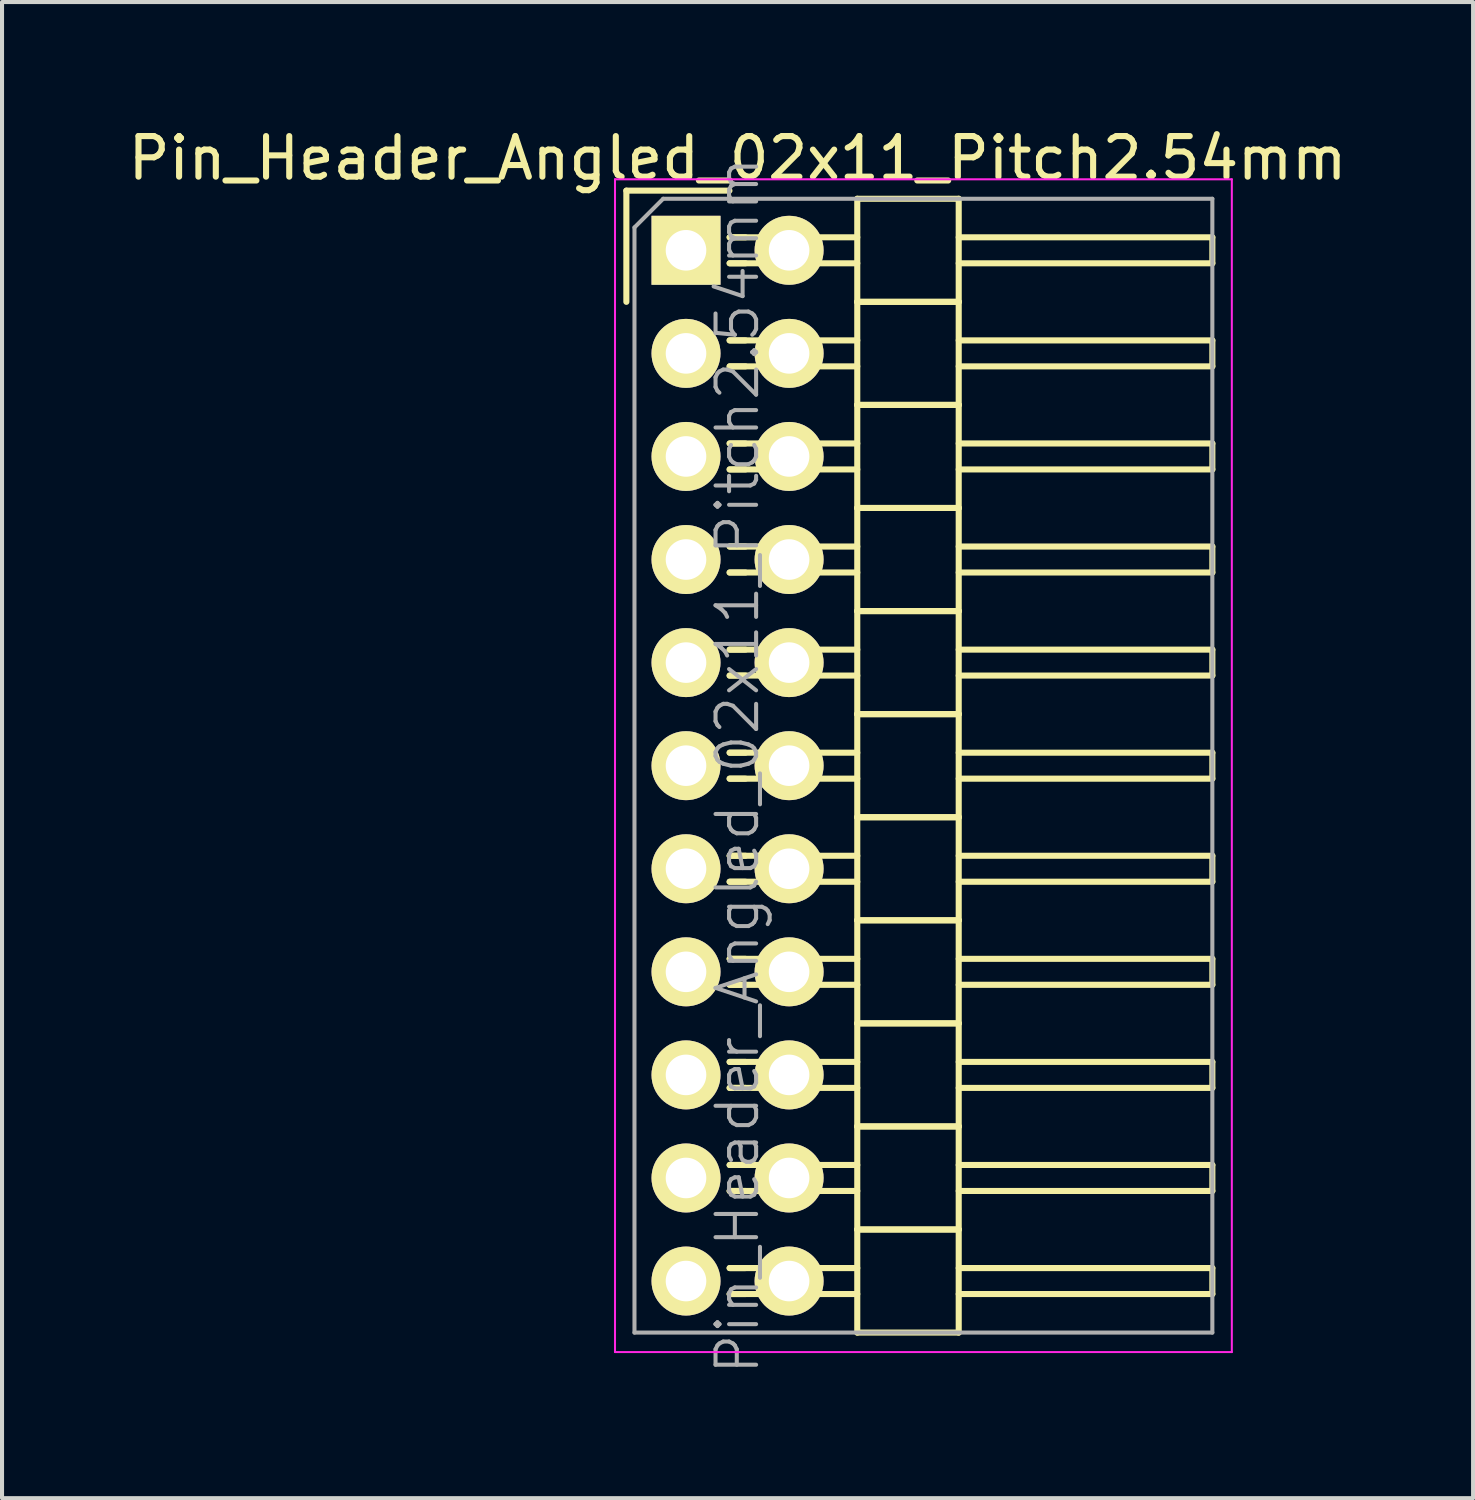
<source format=kicad_pcb>
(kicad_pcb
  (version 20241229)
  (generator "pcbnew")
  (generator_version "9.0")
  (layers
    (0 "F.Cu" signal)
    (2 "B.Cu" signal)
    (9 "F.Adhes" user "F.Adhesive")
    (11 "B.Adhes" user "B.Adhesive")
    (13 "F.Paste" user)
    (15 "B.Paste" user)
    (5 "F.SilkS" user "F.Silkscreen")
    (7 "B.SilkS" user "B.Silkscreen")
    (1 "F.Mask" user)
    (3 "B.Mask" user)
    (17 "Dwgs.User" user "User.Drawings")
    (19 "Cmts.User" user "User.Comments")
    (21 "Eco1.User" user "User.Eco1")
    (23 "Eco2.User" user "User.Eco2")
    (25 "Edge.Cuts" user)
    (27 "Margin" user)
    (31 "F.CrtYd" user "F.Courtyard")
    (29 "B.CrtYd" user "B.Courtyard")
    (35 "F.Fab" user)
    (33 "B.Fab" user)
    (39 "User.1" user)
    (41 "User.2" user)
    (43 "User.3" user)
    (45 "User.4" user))
  (footprint "Pin_Header_Angled_02x11_Pitch2.54mm"
    (layer "F.Cu")
    (at 13.855 3.118)
    (property "Reference" "Pin_Header_Angled_02x11_Pitch2.54mm" (at 1.27 -2.27 0) (layer "F.SilkS") (effects (font (size 1 1) (thickness 0.15))))
    (attr smd)
    (fp_line (start -1.47 -1.47) (end -1.47 1.27) (stroke (width 0.15) (type solid)) (layer "F.SilkS"))
    (fp_line (start -1.47 -1.47) (end 1.07 -1.47) (stroke (width 0.15) (type solid)) (layer "F.SilkS"))
    (fp_line (start 1.465 -0.32) (end 1.075 -0.32) (stroke (width 0.15) (type solid)) (layer "F.SilkS"))
    (fp_line (start 1.465 0.32) (end 1.075 0.32) (stroke (width 0.15) (type solid)) (layer "F.SilkS"))
    (fp_line (start 1.465 2.22) (end 1.075 2.22) (stroke (width 0.15) (type solid)) (layer "F.SilkS"))
    (fp_line (start 1.465 2.86) (end 1.075 2.86) (stroke (width 0.15) (type solid)) (layer "F.SilkS"))
    (fp_line (start 1.465 4.76) (end 1.075 4.76) (stroke (width 0.15) (type solid)) (layer "F.SilkS"))
    (fp_line (start 1.465 5.4) (end 1.075 5.4) (stroke (width 0.15) (type solid)) (layer "F.SilkS"))
    (fp_line (start 1.465 7.3) (end 1.075 7.3) (stroke (width 0.15) (type solid)) (layer "F.SilkS"))
    (fp_line (start 1.465 7.94) (end 1.075 7.94) (stroke (width 0.15) (type solid)) (layer "F.SilkS"))
    (fp_line (start 1.465 9.84) (end 1.075 9.84) (stroke (width 0.15) (type solid)) (layer "F.SilkS"))
    (fp_line (start 1.465 10.48) (end 1.075 10.48) (stroke (width 0.15) (type solid)) (layer "F.SilkS"))
    (fp_line (start 1.465 12.38) (end 1.075 12.38) (stroke (width 0.15) (type solid)) (layer "F.SilkS"))
    (fp_line (start 1.465 13.02) (end 1.075 13.02) (stroke (width 0.15) (type solid)) (layer "F.SilkS"))
    (fp_line (start 1.465 14.92) (end 1.075 14.92) (stroke (width 0.15) (type solid)) (layer "F.SilkS"))
    (fp_line (start 1.465 15.56) (end 1.075 15.56) (stroke (width 0.15) (type solid)) (layer "F.SilkS"))
    (fp_line (start 1.465 17.46) (end 1.075 17.46) (stroke (width 0.15) (type solid)) (layer "F.SilkS"))
    (fp_line (start 1.465 18.1) (end 1.075 18.1) (stroke (width 0.15) (type solid)) (layer "F.SilkS"))
    (fp_line (start 1.465 20) (end 1.075 20) (stroke (width 0.15) (type solid)) (layer "F.SilkS"))
    (fp_line (start 1.465 20.64) (end 1.075 20.64) (stroke (width 0.15) (type solid)) (layer "F.SilkS"))
    (fp_line (start 1.465 22.54) (end 1.075 22.54) (stroke (width 0.15) (type solid)) (layer "F.SilkS"))
    (fp_line (start 1.465 23.18) (end 1.075 23.18) (stroke (width 0.15) (type solid)) (layer "F.SilkS"))
    (fp_line (start 1.465 25.08) (end 1.075 25.08) (stroke (width 0.15) (type solid)) (layer "F.SilkS"))
    (fp_line (start 1.465 25.72) (end 1.075 25.72) (stroke (width 0.15) (type solid)) (layer "F.SilkS"))
    (fp_line (start 4.22 -0.32) (end 1.075 -0.32) (stroke (width 0.15) (type solid)) (layer "F.SilkS"))
    (fp_line (start 4.22 0.32) (end 1.075 0.32) (stroke (width 0.15) (type solid)) (layer "F.SilkS"))
    (fp_line (start 4.22 1.27) (end 4.22 -1.27) (stroke (width 0.15) (type solid)) (layer "F.SilkS"))
    (fp_line (start 4.22 2.22) (end 1.075 2.22) (stroke (width 0.15) (type solid)) (layer "F.SilkS"))
    (fp_line (start 4.22 2.86) (end 1.075 2.86) (stroke (width 0.15) (type solid)) (layer "F.SilkS"))
    (fp_line (start 4.22 3.81) (end 4.22 1.27) (stroke (width 0.15) (type solid)) (layer "F.SilkS"))
    (fp_line (start 4.22 4.76) (end 1.075 4.76) (stroke (width 0.15) (type solid)) (layer "F.SilkS"))
    (fp_line (start 4.22 5.4) (end 1.075 5.4) (stroke (width 0.15) (type solid)) (layer "F.SilkS"))
    (fp_line (start 4.22 6.35) (end 4.22 3.81) (stroke (width 0.15) (type solid)) (layer "F.SilkS"))
    (fp_line (start 4.22 7.3) (end 1.075 7.3) (stroke (width 0.15) (type solid)) (layer "F.SilkS"))
    (fp_line (start 4.22 7.94) (end 1.075 7.94) (stroke (width 0.15) (type solid)) (layer "F.SilkS"))
    (fp_line (start 4.22 8.89) (end 4.22 6.35) (stroke (width 0.15) (type solid)) (layer "F.SilkS"))
    (fp_line (start 4.22 9.84) (end 1.075 9.84) (stroke (width 0.15) (type solid)) (layer "F.SilkS"))
    (fp_line (start 4.22 10.48) (end 1.075 10.48) (stroke (width 0.15) (type solid)) (layer "F.SilkS"))
    (fp_line (start 4.22 11.43) (end 4.22 8.89) (stroke (width 0.15) (type solid)) (layer "F.SilkS"))
    (fp_line (start 4.22 12.38) (end 1.075 12.38) (stroke (width 0.15) (type solid)) (layer "F.SilkS"))
    (fp_line (start 4.22 13.02) (end 1.075 13.02) (stroke (width 0.15) (type solid)) (layer "F.SilkS"))
    (fp_line (start 4.22 13.97) (end 4.22 11.43) (stroke (width 0.15) (type solid)) (layer "F.SilkS"))
    (fp_line (start 4.22 14.92) (end 1.075 14.92) (stroke (width 0.15) (type solid)) (layer "F.SilkS"))
    (fp_line (start 4.22 15.56) (end 1.075 15.56) (stroke (width 0.15) (type solid)) (layer "F.SilkS"))
    (fp_line (start 4.22 16.51) (end 4.22 13.97) (stroke (width 0.15) (type solid)) (layer "F.SilkS"))
    (fp_line (start 4.22 17.46) (end 1.075 17.46) (stroke (width 0.15) (type solid)) (layer "F.SilkS"))
    (fp_line (start 4.22 18.1) (end 1.075 18.1) (stroke (width 0.15) (type solid)) (layer "F.SilkS"))
    (fp_line (start 4.22 19.05) (end 4.22 16.51) (stroke (width 0.15) (type solid)) (layer "F.SilkS"))
    (fp_line (start 4.22 20) (end 1.075 20) (stroke (width 0.15) (type solid)) (layer "F.SilkS"))
    (fp_line (start 4.22 20.64) (end 1.075 20.64) (stroke (width 0.15) (type solid)) (layer "F.SilkS"))
    (fp_line (start 4.22 21.59) (end 4.22 19.05) (stroke (width 0.15) (type solid)) (layer "F.SilkS"))
    (fp_line (start 4.22 22.54) (end 1.075 22.54) (stroke (width 0.15) (type solid)) (layer "F.SilkS"))
    (fp_line (start 4.22 23.18) (end 1.075 23.18) (stroke (width 0.15) (type solid)) (layer "F.SilkS"))
    (fp_line (start 4.22 24.13) (end 4.22 21.59) (stroke (width 0.15) (type solid)) (layer "F.SilkS"))
    (fp_line (start 4.22 25.08) (end 1.075 25.08) (stroke (width 0.15) (type solid)) (layer "F.SilkS"))
    (fp_line (start 4.22 25.72) (end 1.075 25.72) (stroke (width 0.15) (type solid)) (layer "F.SilkS"))
    (fp_line (start 4.22 26.67) (end 4.22 24.13) (stroke (width 0.15) (type solid)) (layer "F.SilkS"))
    (fp_line (start 6.72 -1.27) (end 4.22 -1.27) (stroke (width 0.15) (type solid)) (layer "F.SilkS"))
    (fp_line (start 6.72 -0.32) (end 12.97 -0.32) (stroke (width 0.15) (type solid)) (layer "F.SilkS"))
    (fp_line (start 6.72 0.32) (end 12.97 0.32) (stroke (width 0.15) (type solid)) (layer "F.SilkS"))
    (fp_line (start 6.72 1.27) (end 4.22 1.27) (stroke (width 0.15) (type solid)) (layer "F.SilkS"))
    (fp_line (start 6.72 1.27) (end 4.22 1.27) (stroke (width 0.15) (type solid)) (layer "F.SilkS"))
    (fp_line (start 6.72 1.27) (end 6.72 -1.27) (stroke (width 0.15) (type solid)) (layer "F.SilkS"))
    (fp_line (start 6.72 2.22) (end 12.97 2.22) (stroke (width 0.15) (type solid)) (layer "F.SilkS"))
    (fp_line (start 6.72 2.86) (end 12.97 2.86) (stroke (width 0.15) (type solid)) (layer "F.SilkS"))
    (fp_line (start 6.72 3.81) (end 4.22 3.81) (stroke (width 0.15) (type solid)) (layer "F.SilkS"))
    (fp_line (start 6.72 3.81) (end 4.22 3.81) (stroke (width 0.15) (type solid)) (layer "F.SilkS"))
    (fp_line (start 6.72 3.81) (end 6.72 1.27) (stroke (width 0.15) (type solid)) (layer "F.SilkS"))
    (fp_line (start 6.72 4.76) (end 12.97 4.76) (stroke (width 0.15) (type solid)) (layer "F.SilkS"))
    (fp_line (start 6.72 5.4) (end 12.97 5.4) (stroke (width 0.15) (type solid)) (layer "F.SilkS"))
    (fp_line (start 6.72 6.35) (end 4.22 6.35) (stroke (width 0.15) (type solid)) (layer "F.SilkS"))
    (fp_line (start 6.72 6.35) (end 4.22 6.35) (stroke (width 0.15) (type solid)) (layer "F.SilkS"))
    (fp_line (start 6.72 6.35) (end 6.72 3.81) (stroke (width 0.15) (type solid)) (layer "F.SilkS"))
    (fp_line (start 6.72 7.3) (end 12.97 7.3) (stroke (width 0.15) (type solid)) (layer "F.SilkS"))
    (fp_line (start 6.72 7.94) (end 12.97 7.94) (stroke (width 0.15) (type solid)) (layer "F.SilkS"))
    (fp_line (start 6.72 8.89) (end 4.22 8.89) (stroke (width 0.15) (type solid)) (layer "F.SilkS"))
    (fp_line (start 6.72 8.89) (end 4.22 8.89) (stroke (width 0.15) (type solid)) (layer "F.SilkS"))
    (fp_line (start 6.72 8.89) (end 6.72 6.35) (stroke (width 0.15) (type solid)) (layer "F.SilkS"))
    (fp_line (start 6.72 9.84) (end 12.97 9.84) (stroke (width 0.15) (type solid)) (layer "F.SilkS"))
    (fp_line (start 6.72 10.48) (end 12.97 10.48) (stroke (width 0.15) (type solid)) (layer "F.SilkS"))
    (fp_line (start 6.72 11.43) (end 4.22 11.43) (stroke (width 0.15) (type solid)) (layer "F.SilkS"))
    (fp_line (start 6.72 11.43) (end 4.22 11.43) (stroke (width 0.15) (type solid)) (layer "F.SilkS"))
    (fp_line (start 6.72 11.43) (end 6.72 8.89) (stroke (width 0.15) (type solid)) (layer "F.SilkS"))
    (fp_line (start 6.72 12.38) (end 12.97 12.38) (stroke (width 0.15) (type solid)) (layer "F.SilkS"))
    (fp_line (start 6.72 13.02) (end 12.97 13.02) (stroke (width 0.15) (type solid)) (layer "F.SilkS"))
    (fp_line (start 6.72 13.97) (end 4.22 13.97) (stroke (width 0.15) (type solid)) (layer "F.SilkS"))
    (fp_line (start 6.72 13.97) (end 4.22 13.97) (stroke (width 0.15) (type solid)) (layer "F.SilkS"))
    (fp_line (start 6.72 13.97) (end 6.72 11.43) (stroke (width 0.15) (type solid)) (layer "F.SilkS"))
    (fp_line (start 6.72 14.92) (end 12.97 14.92) (stroke (width 0.15) (type solid)) (layer "F.SilkS"))
    (fp_line (start 6.72 15.56) (end 12.97 15.56) (stroke (width 0.15) (type solid)) (layer "F.SilkS"))
    (fp_line (start 6.72 16.51) (end 4.22 16.51) (stroke (width 0.15) (type solid)) (layer "F.SilkS"))
    (fp_line (start 6.72 16.51) (end 4.22 16.51) (stroke (width 0.15) (type solid)) (layer "F.SilkS"))
    (fp_line (start 6.72 16.51) (end 6.72 13.97) (stroke (width 0.15) (type solid)) (layer "F.SilkS"))
    (fp_line (start 6.72 17.46) (end 12.97 17.46) (stroke (width 0.15) (type solid)) (layer "F.SilkS"))
    (fp_line (start 6.72 18.1) (end 12.97 18.1) (stroke (width 0.15) (type solid)) (layer "F.SilkS"))
    (fp_line (start 6.72 19.05) (end 4.22 19.05) (stroke (width 0.15) (type solid)) (layer "F.SilkS"))
    (fp_line (start 6.72 19.05) (end 4.22 19.05) (stroke (width 0.15) (type solid)) (layer "F.SilkS"))
    (fp_line (start 6.72 19.05) (end 6.72 16.51) (stroke (width 0.15) (type solid)) (layer "F.SilkS"))
    (fp_line (start 6.72 20) (end 12.97 20) (stroke (width 0.15) (type solid)) (layer "F.SilkS"))
    (fp_line (start 6.72 20.64) (end 12.97 20.64) (stroke (width 0.15) (type solid)) (layer "F.SilkS"))
    (fp_line (start 6.72 21.59) (end 4.22 21.59) (stroke (width 0.15) (type solid)) (layer "F.SilkS"))
    (fp_line (start 6.72 21.59) (end 4.22 21.59) (stroke (width 0.15) (type solid)) (layer "F.SilkS"))
    (fp_line (start 6.72 21.59) (end 6.72 19.05) (stroke (width 0.15) (type solid)) (layer "F.SilkS"))
    (fp_line (start 6.72 22.54) (end 12.97 22.54) (stroke (width 0.15) (type solid)) (layer "F.SilkS"))
    (fp_line (start 6.72 23.18) (end 12.97 23.18) (stroke (width 0.15) (type solid)) (layer "F.SilkS"))
    (fp_line (start 6.72 24.13) (end 4.22 24.13) (stroke (width 0.15) (type solid)) (layer "F.SilkS"))
    (fp_line (start 6.72 24.13) (end 4.22 24.13) (stroke (width 0.15) (type solid)) (layer "F.SilkS"))
    (fp_line (start 6.72 24.13) (end 6.72 21.59) (stroke (width 0.15) (type solid)) (layer "F.SilkS"))
    (fp_line (start 6.72 25.08) (end 12.97 25.08) (stroke (width 0.15) (type solid)) (layer "F.SilkS"))
    (fp_line (start 6.72 25.72) (end 12.97 25.72) (stroke (width 0.15) (type solid)) (layer "F.SilkS"))
    (fp_line (start 6.72 26.67) (end 4.22 26.67) (stroke (width 0.15) (type solid)) (layer "F.SilkS"))
    (fp_line (start 6.72 26.67) (end 6.72 24.13) (stroke (width 0.15) (type solid)) (layer "F.SilkS"))
    (fp_line (start 12.97 0.32) (end 12.97 -0.32) (stroke (width 0.15) (type solid)) (layer "F.SilkS"))
    (fp_line (start 12.97 2.86) (end 12.97 2.22) (stroke (width 0.15) (type solid)) (layer "F.SilkS"))
    (fp_line (start 12.97 5.4) (end 12.97 4.76) (stroke (width 0.15) (type solid)) (layer "F.SilkS"))
    (fp_line (start 12.97 7.94) (end 12.97 7.3) (stroke (width 0.15) (type solid)) (layer "F.SilkS"))
    (fp_line (start 12.97 10.48) (end 12.97 9.84) (stroke (width 0.15) (type solid)) (layer "F.SilkS"))
    (fp_line (start 12.97 13.02) (end 12.97 12.38) (stroke (width 0.15) (type solid)) (layer "F.SilkS"))
    (fp_line (start 12.97 15.56) (end 12.97 14.92) (stroke (width 0.15) (type solid)) (layer "F.SilkS"))
    (fp_line (start 12.97 18.1) (end 12.97 17.46) (stroke (width 0.15) (type solid)) (layer "F.SilkS"))
    (fp_line (start 12.97 20.64) (end 12.97 20) (stroke (width 0.15) (type solid)) (layer "F.SilkS"))
    (fp_line (start 12.97 23.18) (end 12.97 22.54) (stroke (width 0.15) (type solid)) (layer "F.SilkS"))
    (fp_line (start 12.97 25.72) (end 12.97 25.08) (stroke (width 0.15) (type solid)) (layer "F.SilkS"))
    (fp_line (start -1.75 -1.75) (end -1.75 27.15) (stroke (width 0.05) (type solid)) (layer "F.CrtYd"))
    (fp_line (start 13.45 -1.75) (end -1.75 -1.75) (stroke (width 0.05) (type solid)) (layer "F.CrtYd"))
    (fp_line (start 13.45 -1.75) (end 13.45 27.15) (stroke (width 0.05) (type solid)) (layer "F.CrtYd"))
    (fp_line (start 13.45 27.15) (end -1.75 27.15) (stroke (width 0.05) (type solid)) (layer "F.CrtYd"))
    (fp_line (start -1.27 -0.563) (end -0.563 -1.27) (stroke (width 0.1) (type solid)) (layer "F.Fab"))
    (fp_line (start -1.27 26.67) (end -1.27 -0.563) (stroke (width 0.1) (type solid)) (layer "F.Fab"))
    (fp_line (start 12.97 -1.27) (end -0.563 -1.27) (stroke (width 0.1) (type solid)) (layer "F.Fab"))
    (fp_line (start 12.97 26.67) (end -1.27 26.67) (stroke (width 0.1) (type solid)) (layer "F.Fab"))
    (fp_line (start 12.97 26.67) (end 12.97 -1.27) (stroke (width 0.1) (type solid)) (layer "F.Fab"))
    (fp_text user "${REFERENCE}" (at 1.27 12.7 90) (layer "F.Fab") (effects (font (size 1 1) (thickness 0.1))))
    (pad "1" thru_hole rect (at 0 0) (size 1.7 1.7) (drill 1) (layers "*.Cu" "*.Mask" "F.SilkS"))
    (pad "2" thru_hole oval (at 2.54 0) (size 1.7 1.7) (drill 1) (layers "*.Cu" "*.Mask" "F.SilkS"))
    (pad "3" thru_hole oval (at 0 2.54) (size 1.7 1.7) (drill 1) (layers "*.Cu" "*.Mask" "F.SilkS"))
    (pad "4" thru_hole oval (at 2.54 2.54) (size 1.7 1.7) (drill 1) (layers "*.Cu" "*.Mask" "F.SilkS"))
    (pad "5" thru_hole oval (at 0 5.08) (size 1.7 1.7) (drill 1) (layers "*.Cu" "*.Mask" "F.SilkS"))
    (pad "6" thru_hole oval (at 2.54 5.08) (size 1.7 1.7) (drill 1) (layers "*.Cu" "*.Mask" "F.SilkS"))
    (pad "7" thru_hole oval (at 0 7.62) (size 1.7 1.7) (drill 1) (layers "*.Cu" "*.Mask" "F.SilkS"))
    (pad "8" thru_hole oval (at 2.54 7.62) (size 1.7 1.7) (drill 1) (layers "*.Cu" "*.Mask" "F.SilkS"))
    (pad "9" thru_hole oval (at 0 10.16) (size 1.7 1.7) (drill 1) (layers "*.Cu" "*.Mask" "F.SilkS"))
    (pad "10" thru_hole oval (at 2.54 10.16) (size 1.7 1.7) (drill 1) (layers "*.Cu" "*.Mask" "F.SilkS"))
    (pad "11" thru_hole oval (at 0 12.7) (size 1.7 1.7) (drill 1) (layers "*.Cu" "*.Mask" "F.SilkS"))
    (pad "12" thru_hole oval (at 2.54 12.7) (size 1.7 1.7) (drill 1) (layers "*.Cu" "*.Mask" "F.SilkS"))
    (pad "13" thru_hole oval (at 0 15.24) (size 1.7 1.7) (drill 1) (layers "*.Cu" "*.Mask" "F.SilkS"))
    (pad "14" thru_hole oval (at 2.54 15.24) (size 1.7 1.7) (drill 1) (layers "*.Cu" "*.Mask" "F.SilkS"))
    (pad "15" thru_hole oval (at 0 17.78) (size 1.7 1.7) (drill 1) (layers "*.Cu" "*.Mask" "F.SilkS"))
    (pad "16" thru_hole oval (at 2.54 17.78) (size 1.7 1.7) (drill 1) (layers "*.Cu" "*.Mask" "F.SilkS"))
    (pad "17" thru_hole oval (at 0 20.32) (size 1.7 1.7) (drill 1) (layers "*.Cu" "*.Mask" "F.SilkS"))
    (pad "18" thru_hole oval (at 2.54 20.32) (size 1.7 1.7) (drill 1) (layers "*.Cu" "*.Mask" "F.SilkS"))
    (pad "19" thru_hole oval (at 0 22.86) (size 1.7 1.7) (drill 1) (layers "*.Cu" "*.Mask" "F.SilkS"))
    (pad "20" thru_hole oval (at 2.54 22.86) (size 1.7 1.7) (drill 1) (layers "*.Cu" "*.Mask" "F.SilkS"))
    (pad "21" thru_hole oval (at 0 25.4) (size 1.7 1.7) (drill 1) (layers "*.Cu" "*.Mask" "F.SilkS"))
    (pad "22" thru_hole oval (at 2.54 25.4) (size 1.7 1.7) (drill 1) (layers "*.Cu" "*.Mask" "F.SilkS")))
  (gr_rect
    (start -3 -3)
    (end 33.25 33.868)
    (stroke (width 0.1) (type default))
    (fill no)
    (layer "Edge.Cuts")))
</source>
